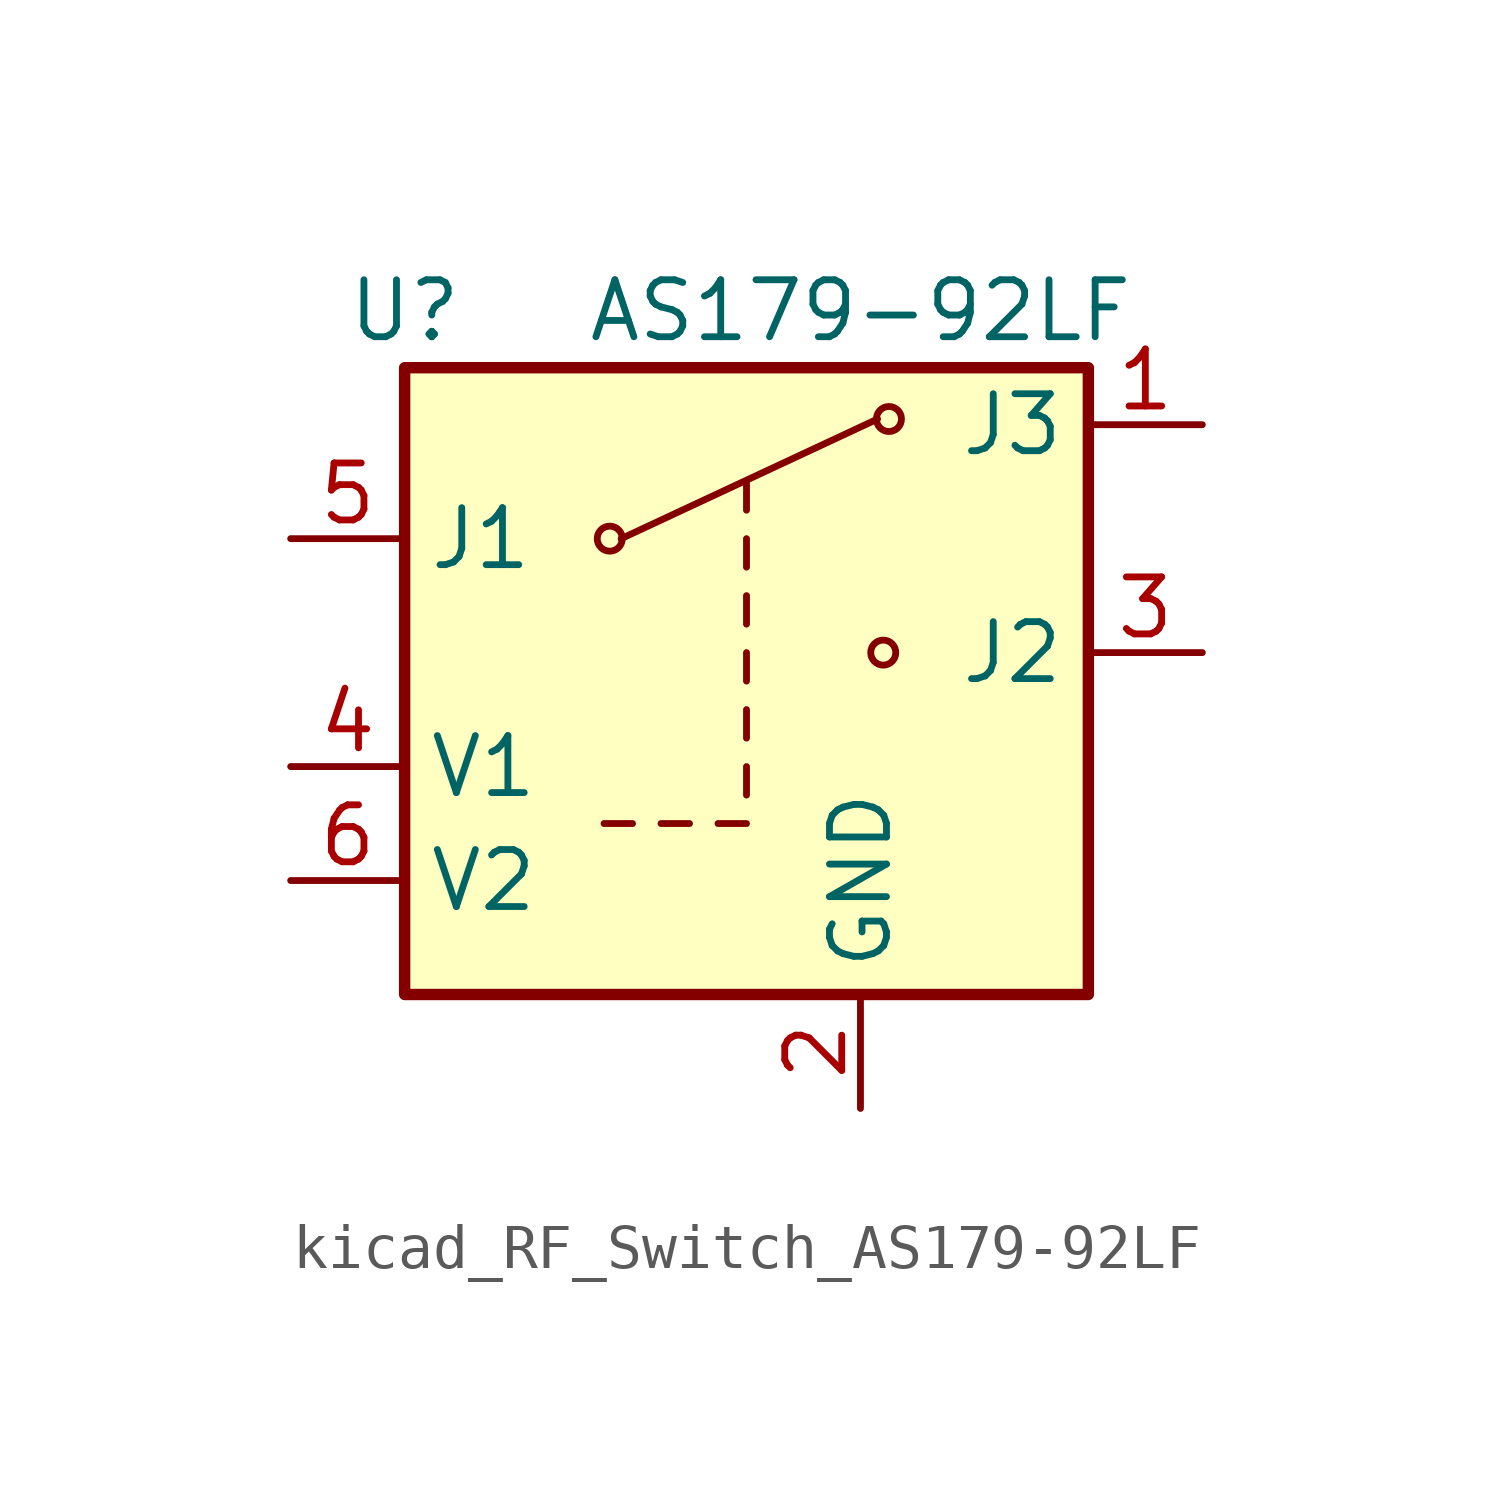
<source format=kicad_sym>
(kicad_symbol_lib
  (version 20220914)
  (generator kicad_symbol_editor)
  (symbol "kicad_RF_Switch_AS179-92LF"
    (property "Reference" "U"
      (at -7.62 7.62 0)
      (effects (font (size 1.27 1.27))))
    (property "Value" "AS179-92LF"
      (at 2.54 7.62 0)
      (effects (font (size 1.27 1.27))))
    (symbol "kicad_RF_Switch_AS179-92LF_1_1"
      (circle (center -3.048 2.54) (radius 0.279) (stroke (width 0) (type default)) (fill (type none)))
      (polyline (pts (xy -3.175 -3.81) (xy -2.54 -3.81)) (stroke (width 0) (type default)) (fill (type none)))
      (polyline (pts (xy -2.794 2.54) (xy 2.921 5.207)) (stroke (width 0) (type default)) (fill (type none)))
      (polyline (pts (xy -1.905 -3.81) (xy -1.27 -3.81)) (stroke (width 0) (type default)) (fill (type none)))
      (polyline (pts (xy -0.635 -3.81) (xy 0 -3.81)) (stroke (width 0) (type default)) (fill (type none)))
      (polyline (pts (xy 0 -3.175) (xy 0 -2.54)) (stroke (width 0) (type default)) (fill (type none)))
      (polyline (pts (xy 0 -1.905) (xy 0 -1.27)) (stroke (width 0) (type default)) (fill (type none)))
      (polyline (pts (xy 0 -0.635) (xy 0 0)) (stroke (width 0) (type default)) (fill (type none)))
      (polyline (pts (xy 0 0.635) (xy 0 1.27)) (stroke (width 0) (type default)) (fill (type none)))
      (polyline (pts (xy 0 1.905) (xy 0 2.54)) (stroke (width 0) (type default)) (fill (type none)))
      (polyline (pts (xy 0 3.175) (xy 0 3.81)) (stroke (width 0) (type default)) (fill (type none)))
      (circle (center 3.048 0) (radius 0.279) (stroke (width 0) (type default)) (fill (type none)))
      (circle (center 3.175 5.207) (radius 0.279) (stroke (width 0) (type default)) (fill (type none)))
      (rectangle (start 7.62 -7.62) (end -7.62 6.35) (stroke (width 0.254) (type default)) (fill (type background)))
      (pin passive line (at 10.16 5.08 180) (length 2.54) (name "J3" (effects (font (size 1.27 1.27)))) (number "1" (effects (font (size 1.27 1.27)))))
      (pin power_in line (at 2.54 -10.16 90) (length 2.54) (name "GND" (effects (font (size 1.27 1.27)))) (number "2" (effects (font (size 1.27 1.27)))))
      (pin passive line (at 10.16 0 180) (length 2.54) (name "J2" (effects (font (size 1.27 1.27)))) (number "3" (effects (font (size 1.27 1.27)))))
      (pin input line (at -10.16 -2.54 0) (length 2.54) (name "V1" (effects (font (size 1.27 1.27)))) (number "4" (effects (font (size 1.27 1.27)))))
      (pin passive line (at -10.16 2.54 0) (length 2.54) (name "J1" (effects (font (size 1.27 1.27)))) (number "5" (effects (font (size 1.27 1.27)))))
      (pin input line (at -10.16 -5.08 0) (length 2.54) (name "V2" (effects (font (size 1.27 1.27)))) (number "6" (effects (font (size 1.27 1.27))))))))
</source>
